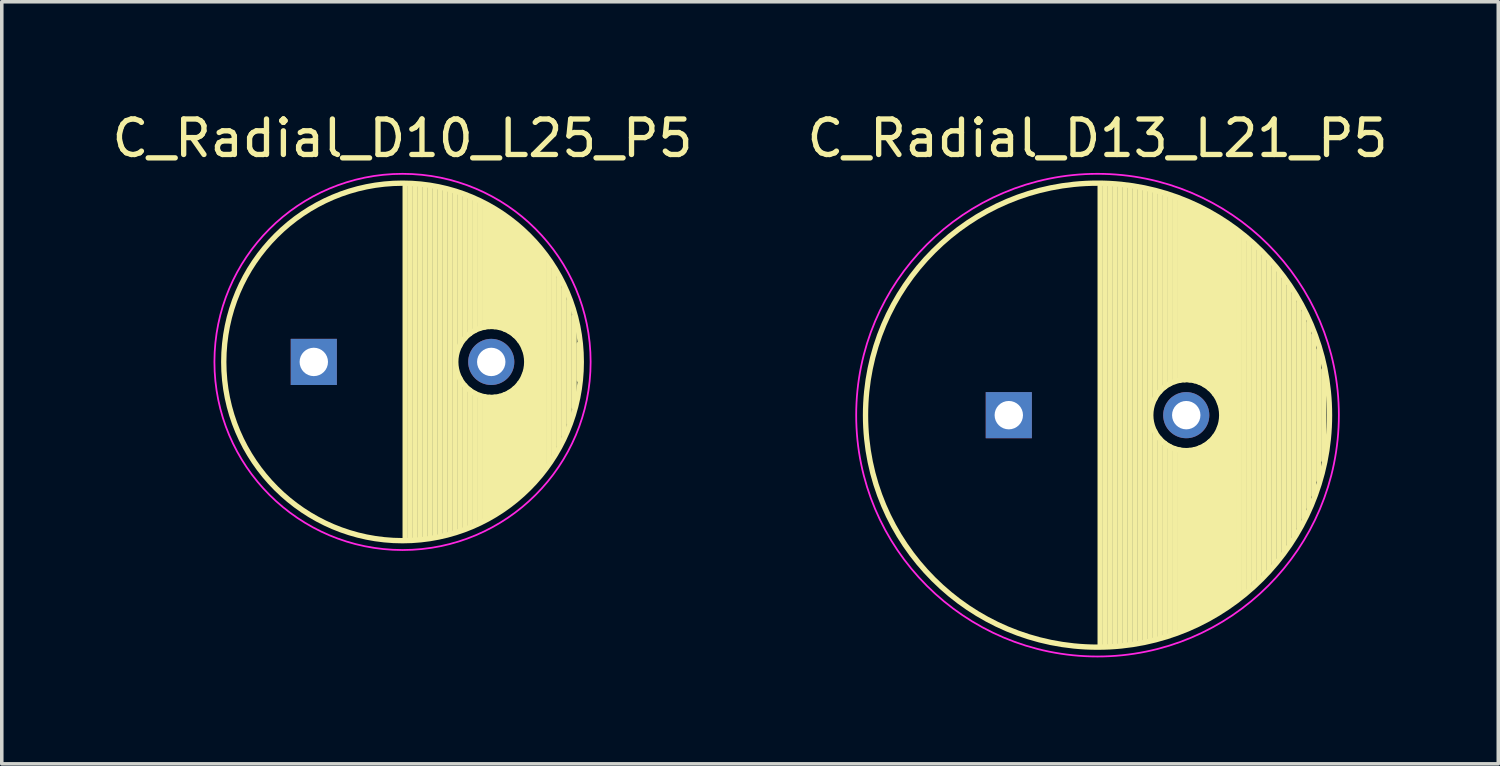
<source format=kicad_pcb>
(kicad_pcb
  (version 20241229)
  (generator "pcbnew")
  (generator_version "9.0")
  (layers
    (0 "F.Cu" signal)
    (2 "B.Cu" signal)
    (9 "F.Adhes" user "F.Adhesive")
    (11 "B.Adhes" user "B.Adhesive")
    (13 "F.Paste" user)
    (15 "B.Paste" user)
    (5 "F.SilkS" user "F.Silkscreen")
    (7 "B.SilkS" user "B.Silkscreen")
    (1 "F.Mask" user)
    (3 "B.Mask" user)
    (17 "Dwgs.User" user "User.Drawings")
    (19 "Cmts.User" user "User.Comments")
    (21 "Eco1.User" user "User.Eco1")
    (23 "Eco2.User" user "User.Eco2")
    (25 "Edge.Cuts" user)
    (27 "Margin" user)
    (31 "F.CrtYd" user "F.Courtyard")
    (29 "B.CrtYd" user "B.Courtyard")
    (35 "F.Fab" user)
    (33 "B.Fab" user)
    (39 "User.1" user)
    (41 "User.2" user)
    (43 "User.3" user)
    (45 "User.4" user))
  (footprint "C_Radial_D10_L25_P5"
    (layer "F.Cu")
    (at 5.792 7.148)
    (property "Reference" "C_Radial_D10_L25_P5" (at 2.5 -6.3 0) (layer "F.SilkS") (effects (font (size 1 1) (thickness 0.15))))
    (attr through_hole)
    (fp_line (start 2.575 -4.999) (end 2.575 4.999) (stroke (width 0.15) (type solid)) (layer "F.SilkS"))
    (fp_line (start 2.715 -4.995) (end 2.715 4.995) (stroke (width 0.15) (type solid)) (layer "F.SilkS"))
    (fp_line (start 2.855 -4.987) (end 2.855 4.987) (stroke (width 0.15) (type solid)) (layer "F.SilkS"))
    (fp_line (start 2.995 -4.975) (end 2.995 4.975) (stroke (width 0.15) (type solid)) (layer "F.SilkS"))
    (fp_line (start 3.135 -4.96) (end 3.135 4.96) (stroke (width 0.15) (type solid)) (layer "F.SilkS"))
    (fp_line (start 3.275 -4.94) (end 3.275 4.94) (stroke (width 0.15) (type solid)) (layer "F.SilkS"))
    (fp_line (start 3.415 -4.916) (end 3.415 4.916) (stroke (width 0.15) (type solid)) (layer "F.SilkS"))
    (fp_line (start 3.555 -4.887) (end 3.555 4.887) (stroke (width 0.15) (type solid)) (layer "F.SilkS"))
    (fp_line (start 3.695 -4.855) (end 3.695 4.855) (stroke (width 0.15) (type solid)) (layer "F.SilkS"))
    (fp_line (start 3.835 -4.818) (end 3.835 4.818) (stroke (width 0.15) (type solid)) (layer "F.SilkS"))
    (fp_line (start 3.975 -4.777) (end 3.975 4.777) (stroke (width 0.15) (type solid)) (layer "F.SilkS"))
    (fp_line (start 4.115 -4.732) (end 4.115 -0.466) (stroke (width 0.15) (type solid)) (layer "F.SilkS"))
    (fp_line (start 4.115 0.466) (end 4.115 4.732) (stroke (width 0.15) (type solid)) (layer "F.SilkS"))
    (fp_line (start 4.255 -4.682) (end 4.255 -0.667) (stroke (width 0.15) (type solid)) (layer "F.SilkS"))
    (fp_line (start 4.255 0.667) (end 4.255 4.682) (stroke (width 0.15) (type solid)) (layer "F.SilkS"))
    (fp_line (start 4.395 -4.627) (end 4.395 -0.796) (stroke (width 0.15) (type solid)) (layer "F.SilkS"))
    (fp_line (start 4.395 0.796) (end 4.395 4.627) (stroke (width 0.15) (type solid)) (layer "F.SilkS"))
    (fp_line (start 4.535 -4.567) (end 4.535 -0.885) (stroke (width 0.15) (type solid)) (layer "F.SilkS"))
    (fp_line (start 4.535 0.885) (end 4.535 4.567) (stroke (width 0.15) (type solid)) (layer "F.SilkS"))
    (fp_line (start 4.675 -4.502) (end 4.675 -0.946) (stroke (width 0.15) (type solid)) (layer "F.SilkS"))
    (fp_line (start 4.675 0.946) (end 4.675 4.502) (stroke (width 0.15) (type solid)) (layer "F.SilkS"))
    (fp_line (start 4.815 -4.432) (end 4.815 -0.983) (stroke (width 0.15) (type solid)) (layer "F.SilkS"))
    (fp_line (start 4.815 0.983) (end 4.815 4.432) (stroke (width 0.15) (type solid)) (layer "F.SilkS"))
    (fp_line (start 4.955 -4.356) (end 4.955 -0.999) (stroke (width 0.15) (type solid)) (layer "F.SilkS"))
    (fp_line (start 4.955 0.999) (end 4.955 4.356) (stroke (width 0.15) (type solid)) (layer "F.SilkS"))
    (fp_line (start 5.095 -4.274) (end 5.095 -0.995) (stroke (width 0.15) (type solid)) (layer "F.SilkS"))
    (fp_line (start 5.095 0.995) (end 5.095 4.274) (stroke (width 0.15) (type solid)) (layer "F.SilkS"))
    (fp_line (start 5.235 -4.186) (end 5.235 -0.972) (stroke (width 0.15) (type solid)) (layer "F.SilkS"))
    (fp_line (start 5.235 0.972) (end 5.235 4.186) (stroke (width 0.15) (type solid)) (layer "F.SilkS"))
    (fp_line (start 5.375 -4.091) (end 5.375 -0.927) (stroke (width 0.15) (type solid)) (layer "F.SilkS"))
    (fp_line (start 5.375 0.927) (end 5.375 4.091) (stroke (width 0.15) (type solid)) (layer "F.SilkS"))
    (fp_line (start 5.515 -3.989) (end 5.515 -0.857) (stroke (width 0.15) (type solid)) (layer "F.SilkS"))
    (fp_line (start 5.515 0.857) (end 5.515 3.989) (stroke (width 0.15) (type solid)) (layer "F.SilkS"))
    (fp_line (start 5.655 -3.879) (end 5.655 -0.756) (stroke (width 0.15) (type solid)) (layer "F.SilkS"))
    (fp_line (start 5.655 0.756) (end 5.655 3.879) (stroke (width 0.15) (type solid)) (layer "F.SilkS"))
    (fp_line (start 5.795 -3.761) (end 5.795 -0.607) (stroke (width 0.15) (type solid)) (layer "F.SilkS"))
    (fp_line (start 5.795 0.607) (end 5.795 3.761) (stroke (width 0.15) (type solid)) (layer "F.SilkS"))
    (fp_line (start 5.935 -3.633) (end 5.935 -0.355) (stroke (width 0.15) (type solid)) (layer "F.SilkS"))
    (fp_line (start 5.935 0.355) (end 5.935 3.633) (stroke (width 0.15) (type solid)) (layer "F.SilkS"))
    (fp_line (start 6.075 -3.496) (end 6.075 3.496) (stroke (width 0.15) (type solid)) (layer "F.SilkS"))
    (fp_line (start 6.215 -3.346) (end 6.215 3.346) (stroke (width 0.15) (type solid)) (layer "F.SilkS"))
    (fp_line (start 6.355 -3.184) (end 6.355 3.184) (stroke (width 0.15) (type solid)) (layer "F.SilkS"))
    (fp_line (start 6.495 -3.007) (end 6.495 3.007) (stroke (width 0.15) (type solid)) (layer "F.SilkS"))
    (fp_line (start 6.635 -2.811) (end 6.635 2.811) (stroke (width 0.15) (type solid)) (layer "F.SilkS"))
    (fp_line (start 6.775 -2.593) (end 6.775 2.593) (stroke (width 0.15) (type solid)) (layer "F.SilkS"))
    (fp_line (start 6.915 -2.347) (end 6.915 2.347) (stroke (width 0.15) (type solid)) (layer "F.SilkS"))
    (fp_line (start 7.055 -2.062) (end 7.055 2.062) (stroke (width 0.15) (type solid)) (layer "F.SilkS"))
    (fp_line (start 7.195 -1.72) (end 7.195 1.72) (stroke (width 0.15) (type solid)) (layer "F.SilkS"))
    (fp_line (start 7.335 -1.274) (end 7.335 1.274) (stroke (width 0.15) (type solid)) (layer "F.SilkS"))
    (fp_line (start 7.475 -0.499) (end 7.475 0.499) (stroke (width 0.15) (type solid)) (layer "F.SilkS"))
    (fp_circle (center 2.5 0) (end 2.5 -5.037) (stroke (width 0.15) (type solid)) (fill no) (layer "F.SilkS"))
    (fp_circle (center 5 0) (end 5 -1) (stroke (width 0.15) (type solid)) (fill no) (layer "F.SilkS"))
    (fp_circle (center 2.5 0) (end 2.5 -5.3) (stroke (width 0.05) (type solid)) (fill no) (layer "F.CrtYd"))
    (pad "1" thru_hole rect (at 0 0) (size 1.3 1.3) (drill 0.8) (layers "*.Cu" "*.Mask"))
    (pad "2" thru_hole circle (at 5 0) (size 1.3 1.3) (drill 0.8) (layers "*.Cu" "*.Mask")))
  (footprint "C_Radial_D13_L21_P5"
    (layer "F.Cu")
    (at 25.375 8.648)
    (property "Reference" "C_Radial_D13_L21_P5" (at 2.5 -7.8 0) (layer "F.SilkS") (effects (font (size 1 1) (thickness 0.15))))
    (attr through_hole)
    (fp_line (start 2.575 -6.5) (end 2.575 6.5) (stroke (width 0.15) (type solid)) (layer "F.SilkS"))
    (fp_line (start 2.715 -6.496) (end 2.715 6.496) (stroke (width 0.15) (type solid)) (layer "F.SilkS"))
    (fp_line (start 2.855 -6.49) (end 2.855 6.49) (stroke (width 0.15) (type solid)) (layer "F.SilkS"))
    (fp_line (start 2.995 -6.481) (end 2.995 6.481) (stroke (width 0.15) (type solid)) (layer "F.SilkS"))
    (fp_line (start 3.135 -6.469) (end 3.135 6.469) (stroke (width 0.15) (type solid)) (layer "F.SilkS"))
    (fp_line (start 3.275 -6.454) (end 3.275 6.454) (stroke (width 0.15) (type solid)) (layer "F.SilkS"))
    (fp_line (start 3.415 -6.435) (end 3.415 6.435) (stroke (width 0.15) (type solid)) (layer "F.SilkS"))
    (fp_line (start 3.555 -6.414) (end 3.555 6.414) (stroke (width 0.15) (type solid)) (layer "F.SilkS"))
    (fp_line (start 3.695 -6.389) (end 3.695 6.389) (stroke (width 0.15) (type solid)) (layer "F.SilkS"))
    (fp_line (start 3.835 -6.361) (end 3.835 6.361) (stroke (width 0.15) (type solid)) (layer "F.SilkS"))
    (fp_line (start 3.975 -6.33) (end 3.975 6.33) (stroke (width 0.15) (type solid)) (layer "F.SilkS"))
    (fp_line (start 4.115 -6.296) (end 4.115 -0.466) (stroke (width 0.15) (type solid)) (layer "F.SilkS"))
    (fp_line (start 4.115 0.466) (end 4.115 6.296) (stroke (width 0.15) (type solid)) (layer "F.SilkS"))
    (fp_line (start 4.255 -6.259) (end 4.255 -0.667) (stroke (width 0.15) (type solid)) (layer "F.SilkS"))
    (fp_line (start 4.255 0.667) (end 4.255 6.259) (stroke (width 0.15) (type solid)) (layer "F.SilkS"))
    (fp_line (start 4.395 -6.218) (end 4.395 -0.796) (stroke (width 0.15) (type solid)) (layer "F.SilkS"))
    (fp_line (start 4.395 0.796) (end 4.395 6.218) (stroke (width 0.15) (type solid)) (layer "F.SilkS"))
    (fp_line (start 4.535 -6.173) (end 4.535 -0.885) (stroke (width 0.15) (type solid)) (layer "F.SilkS"))
    (fp_line (start 4.535 0.885) (end 4.535 6.173) (stroke (width 0.15) (type solid)) (layer "F.SilkS"))
    (fp_line (start 4.675 -6.125) (end 4.675 -0.946) (stroke (width 0.15) (type solid)) (layer "F.SilkS"))
    (fp_line (start 4.675 0.946) (end 4.675 6.125) (stroke (width 0.15) (type solid)) (layer "F.SilkS"))
    (fp_line (start 4.815 -6.074) (end 4.815 -0.983) (stroke (width 0.15) (type solid)) (layer "F.SilkS"))
    (fp_line (start 4.815 0.983) (end 4.815 6.074) (stroke (width 0.15) (type solid)) (layer "F.SilkS"))
    (fp_line (start 4.955 -6.019) (end 4.955 -0.999) (stroke (width 0.15) (type solid)) (layer "F.SilkS"))
    (fp_line (start 4.955 0.999) (end 4.955 6.019) (stroke (width 0.15) (type solid)) (layer "F.SilkS"))
    (fp_line (start 5.095 -5.96) (end 5.095 -0.995) (stroke (width 0.15) (type solid)) (layer "F.SilkS"))
    (fp_line (start 5.095 0.995) (end 5.095 5.96) (stroke (width 0.15) (type solid)) (layer "F.SilkS"))
    (fp_line (start 5.235 -5.897) (end 5.235 -0.972) (stroke (width 0.15) (type solid)) (layer "F.SilkS"))
    (fp_line (start 5.235 0.972) (end 5.235 5.897) (stroke (width 0.15) (type solid)) (layer "F.SilkS"))
    (fp_line (start 5.375 -5.83) (end 5.375 -0.927) (stroke (width 0.15) (type solid)) (layer "F.SilkS"))
    (fp_line (start 5.375 0.927) (end 5.375 5.83) (stroke (width 0.15) (type solid)) (layer "F.SilkS"))
    (fp_line (start 5.515 -5.758) (end 5.515 -0.857) (stroke (width 0.15) (type solid)) (layer "F.SilkS"))
    (fp_line (start 5.515 0.857) (end 5.515 5.758) (stroke (width 0.15) (type solid)) (layer "F.SilkS"))
    (fp_line (start 5.655 -5.683) (end 5.655 -0.756) (stroke (width 0.15) (type solid)) (layer "F.SilkS"))
    (fp_line (start 5.655 0.756) (end 5.655 5.683) (stroke (width 0.15) (type solid)) (layer "F.SilkS"))
    (fp_line (start 5.795 -5.603) (end 5.795 -0.607) (stroke (width 0.15) (type solid)) (layer "F.SilkS"))
    (fp_line (start 5.795 0.607) (end 5.795 5.603) (stroke (width 0.15) (type solid)) (layer "F.SilkS"))
    (fp_line (start 5.935 -5.518) (end 5.935 -0.355) (stroke (width 0.15) (type solid)) (layer "F.SilkS"))
    (fp_line (start 5.935 0.355) (end 5.935 5.518) (stroke (width 0.15) (type solid)) (layer "F.SilkS"))
    (fp_line (start 6.075 -5.429) (end 6.075 5.429) (stroke (width 0.15) (type solid)) (layer "F.SilkS"))
    (fp_line (start 6.215 -5.334) (end 6.215 5.334) (stroke (width 0.15) (type solid)) (layer "F.SilkS"))
    (fp_line (start 6.355 -5.233) (end 6.355 5.233) (stroke (width 0.15) (type solid)) (layer "F.SilkS"))
    (fp_line (start 6.495 -5.127) (end 6.495 5.127) (stroke (width 0.15) (type solid)) (layer "F.SilkS"))
    (fp_line (start 6.635 -5.015) (end 6.635 5.015) (stroke (width 0.15) (type solid)) (layer "F.SilkS"))
    (fp_line (start 6.775 -4.896) (end 6.775 4.896) (stroke (width 0.15) (type solid)) (layer "F.SilkS"))
    (fp_line (start 6.915 -4.771) (end 6.915 4.771) (stroke (width 0.15) (type solid)) (layer "F.SilkS"))
    (fp_line (start 7.055 -4.637) (end 7.055 4.637) (stroke (width 0.15) (type solid)) (layer "F.SilkS"))
    (fp_line (start 7.195 -4.495) (end 7.195 4.495) (stroke (width 0.15) (type solid)) (layer "F.SilkS"))
    (fp_line (start 7.335 -4.344) (end 7.335 4.344) (stroke (width 0.15) (type solid)) (layer "F.SilkS"))
    (fp_line (start 7.475 -4.183) (end 7.475 4.183) (stroke (width 0.15) (type solid)) (layer "F.SilkS"))
    (fp_line (start 7.615 -4.011) (end 7.615 4.011) (stroke (width 0.15) (type solid)) (layer "F.SilkS"))
    (fp_line (start 7.755 -3.826) (end 7.755 3.826) (stroke (width 0.15) (type solid)) (layer "F.SilkS"))
    (fp_line (start 7.895 -3.625) (end 7.895 3.625) (stroke (width 0.15) (type solid)) (layer "F.SilkS"))
    (fp_line (start 8.035 -3.408) (end 8.035 3.408) (stroke (width 0.15) (type solid)) (layer "F.SilkS"))
    (fp_line (start 8.175 -3.169) (end 8.175 3.169) (stroke (width 0.15) (type solid)) (layer "F.SilkS"))
    (fp_line (start 8.315 -2.904) (end 8.315 2.904) (stroke (width 0.15) (type solid)) (layer "F.SilkS"))
    (fp_line (start 8.455 -2.605) (end 8.455 2.605) (stroke (width 0.15) (type solid)) (layer "F.SilkS"))
    (fp_line (start 8.595 -2.259) (end 8.595 2.259) (stroke (width 0.15) (type solid)) (layer "F.SilkS"))
    (fp_line (start 8.735 -1.837) (end 8.735 1.837) (stroke (width 0.15) (type solid)) (layer "F.SilkS"))
    (fp_line (start 8.875 -1.269) (end 8.875 1.269) (stroke (width 0.15) (type solid)) (layer "F.SilkS"))
    (fp_circle (center 2.5 0) (end 2.5 -6.537) (stroke (width 0.15) (type solid)) (fill no) (layer "F.SilkS"))
    (fp_circle (center 5 0) (end 5 -1) (stroke (width 0.15) (type solid)) (fill no) (layer "F.SilkS"))
    (fp_circle (center 2.5 0) (end 2.5 -6.8) (stroke (width 0.05) (type solid)) (fill no) (layer "F.CrtYd"))
    (pad "1" thru_hole rect (at 0 0) (size 1.3 1.3) (drill 0.8) (layers "*.Cu" "*.Mask"))
    (pad "2" thru_hole circle (at 5 0) (size 1.3 1.3) (drill 0.8) (layers "*.Cu" "*.Mask")))
  (gr_rect
    (start -3 -3)
    (end 39.167 18.473)
    (stroke (width 0.1) (type default))
    (fill no)
    (layer "Edge.Cuts")))
</source>
